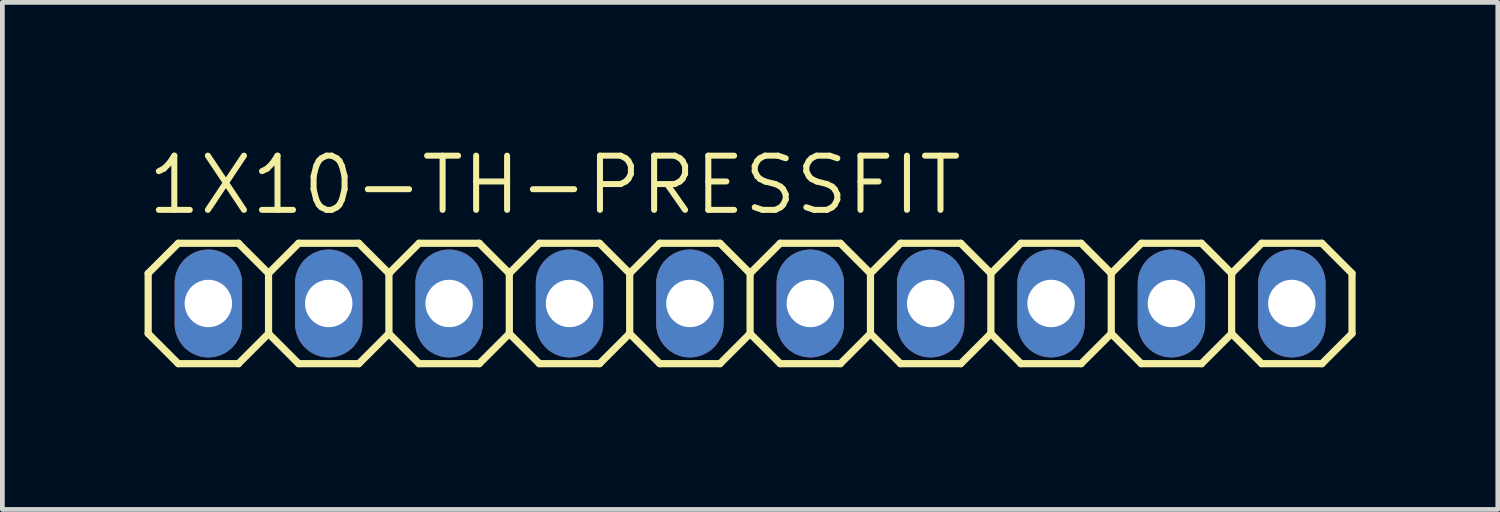
<source format=kicad_pcb>
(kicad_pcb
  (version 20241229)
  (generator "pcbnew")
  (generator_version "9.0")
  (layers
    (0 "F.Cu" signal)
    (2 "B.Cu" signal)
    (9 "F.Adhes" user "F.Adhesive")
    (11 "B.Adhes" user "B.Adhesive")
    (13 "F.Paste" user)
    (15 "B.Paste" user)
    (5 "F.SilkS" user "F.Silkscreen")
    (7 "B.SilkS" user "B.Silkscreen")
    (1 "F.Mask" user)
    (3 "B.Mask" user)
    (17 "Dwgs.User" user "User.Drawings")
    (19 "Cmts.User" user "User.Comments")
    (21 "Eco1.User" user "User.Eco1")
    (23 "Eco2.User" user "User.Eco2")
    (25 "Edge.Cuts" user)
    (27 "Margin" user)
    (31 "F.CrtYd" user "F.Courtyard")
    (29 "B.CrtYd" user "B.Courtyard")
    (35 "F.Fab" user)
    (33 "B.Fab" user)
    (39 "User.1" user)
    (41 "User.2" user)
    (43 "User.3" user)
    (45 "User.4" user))
  (footprint "1X10-TH-PRESSFIT"
    (layer "F.Cu")
    (at 12.776 3.353)
    (property "Reference" "1X10-TH-PRESSFIT" (at -12.776 -1.829 0) (unlocked yes) (layer "F.SilkS") (effects (font (size 1.143 1.143) (thickness 0.127)) (justify left bottom)))
    (fp_line (start -12.7 -0.635) (end -12.7 0.635) (stroke (width 0.152) (type solid)) (layer "F.SilkS"))
    (fp_line (start -12.7 0.635) (end -12.065 1.27) (stroke (width 0.152) (type solid)) (layer "F.SilkS"))
    (fp_line (start -12.065 -1.27) (end -12.7 -0.635) (stroke (width 0.152) (type solid)) (layer "F.SilkS"))
    (fp_line (start -12.065 -1.27) (end -10.795 -1.27) (stroke (width 0.152) (type solid)) (layer "F.SilkS"))
    (fp_line (start -10.795 -1.27) (end -10.16 -0.635) (stroke (width 0.152) (type solid)) (layer "F.SilkS"))
    (fp_line (start -10.795 1.27) (end -12.065 1.27) (stroke (width 0.152) (type solid)) (layer "F.SilkS"))
    (fp_line (start -10.16 -0.635) (end -10.16 0.635) (stroke (width 0.152) (type solid)) (layer "F.SilkS"))
    (fp_line (start -10.16 -0.635) (end -9.525 -1.27) (stroke (width 0.152) (type solid)) (layer "F.SilkS"))
    (fp_line (start -10.16 0.635) (end -10.795 1.27) (stroke (width 0.152) (type solid)) (layer "F.SilkS"))
    (fp_line (start -9.525 -1.27) (end -8.255 -1.27) (stroke (width 0.152) (type solid)) (layer "F.SilkS"))
    (fp_line (start -9.525 1.27) (end -10.16 0.635) (stroke (width 0.152) (type solid)) (layer "F.SilkS"))
    (fp_line (start -8.255 -1.27) (end -7.62 -0.635) (stroke (width 0.152) (type solid)) (layer "F.SilkS"))
    (fp_line (start -8.255 1.27) (end -9.525 1.27) (stroke (width 0.152) (type solid)) (layer "F.SilkS"))
    (fp_line (start -7.62 -0.635) (end -7.62 0.635) (stroke (width 0.152) (type solid)) (layer "F.SilkS"))
    (fp_line (start -7.62 -0.635) (end -6.985 -1.27) (stroke (width 0.152) (type solid)) (layer "F.SilkS"))
    (fp_line (start -7.62 0.635) (end -8.255 1.27) (stroke (width 0.152) (type solid)) (layer "F.SilkS"))
    (fp_line (start -6.985 -1.27) (end -5.715 -1.27) (stroke (width 0.152) (type solid)) (layer "F.SilkS"))
    (fp_line (start -6.985 1.27) (end -7.62 0.635) (stroke (width 0.152) (type solid)) (layer "F.SilkS"))
    (fp_line (start -5.715 -1.27) (end -5.08 -0.635) (stroke (width 0.152) (type solid)) (layer "F.SilkS"))
    (fp_line (start -5.715 1.27) (end -6.985 1.27) (stroke (width 0.152) (type solid)) (layer "F.SilkS"))
    (fp_line (start -5.08 -0.635) (end -5.08 0.635) (stroke (width 0.152) (type solid)) (layer "F.SilkS"))
    (fp_line (start -5.08 0.635) (end -5.715 1.27) (stroke (width 0.152) (type solid)) (layer "F.SilkS"))
    (fp_line (start -5.08 0.635) (end -4.445 1.27) (stroke (width 0.152) (type solid)) (layer "F.SilkS"))
    (fp_line (start -4.445 -1.27) (end -5.08 -0.635) (stroke (width 0.152) (type solid)) (layer "F.SilkS"))
    (fp_line (start -4.445 -1.27) (end -3.175 -1.27) (stroke (width 0.152) (type solid)) (layer "F.SilkS"))
    (fp_line (start -3.175 -1.27) (end -2.54 -0.635) (stroke (width 0.152) (type solid)) (layer "F.SilkS"))
    (fp_line (start -3.175 1.27) (end -4.445 1.27) (stroke (width 0.152) (type solid)) (layer "F.SilkS"))
    (fp_line (start -2.54 -0.635) (end -2.54 0.635) (stroke (width 0.152) (type solid)) (layer "F.SilkS"))
    (fp_line (start -2.54 -0.635) (end -1.905 -1.27) (stroke (width 0.152) (type solid)) (layer "F.SilkS"))
    (fp_line (start -2.54 0.635) (end -3.175 1.27) (stroke (width 0.152) (type solid)) (layer "F.SilkS"))
    (fp_line (start -1.905 -1.27) (end -0.635 -1.27) (stroke (width 0.152) (type solid)) (layer "F.SilkS"))
    (fp_line (start -1.905 1.27) (end -2.54 0.635) (stroke (width 0.152) (type solid)) (layer "F.SilkS"))
    (fp_line (start -0.635 -1.27) (end 0 -0.635) (stroke (width 0.152) (type solid)) (layer "F.SilkS"))
    (fp_line (start -0.635 1.27) (end -1.905 1.27) (stroke (width 0.152) (type solid)) (layer "F.SilkS"))
    (fp_line (start 0 -0.635) (end 0 0.635) (stroke (width 0.152) (type solid)) (layer "F.SilkS"))
    (fp_line (start 0 -0.635) (end 0.635 -1.27) (stroke (width 0.152) (type solid)) (layer "F.SilkS"))
    (fp_line (start 0 0.635) (end -0.635 1.27) (stroke (width 0.152) (type solid)) (layer "F.SilkS"))
    (fp_line (start 0.635 -1.27) (end 1.905 -1.27) (stroke (width 0.152) (type solid)) (layer "F.SilkS"))
    (fp_line (start 0.635 1.27) (end 0 0.635) (stroke (width 0.152) (type solid)) (layer "F.SilkS"))
    (fp_line (start 1.905 -1.27) (end 2.54 -0.635) (stroke (width 0.152) (type solid)) (layer "F.SilkS"))
    (fp_line (start 1.905 1.27) (end 0.635 1.27) (stroke (width 0.152) (type solid)) (layer "F.SilkS"))
    (fp_line (start 2.54 -0.635) (end 2.54 0.635) (stroke (width 0.152) (type solid)) (layer "F.SilkS"))
    (fp_line (start 2.54 0.635) (end 1.905 1.27) (stroke (width 0.152) (type solid)) (layer "F.SilkS"))
    (fp_line (start 2.54 0.635) (end 3.175 1.27) (stroke (width 0.152) (type solid)) (layer "F.SilkS"))
    (fp_line (start 3.175 -1.27) (end 2.54 -0.635) (stroke (width 0.152) (type solid)) (layer "F.SilkS"))
    (fp_line (start 3.175 -1.27) (end 4.445 -1.27) (stroke (width 0.152) (type solid)) (layer "F.SilkS"))
    (fp_line (start 4.445 -1.27) (end 5.08 -0.635) (stroke (width 0.152) (type solid)) (layer "F.SilkS"))
    (fp_line (start 4.445 1.27) (end 3.175 1.27) (stroke (width 0.152) (type solid)) (layer "F.SilkS"))
    (fp_line (start 5.08 -0.635) (end 5.08 0.635) (stroke (width 0.152) (type solid)) (layer "F.SilkS"))
    (fp_line (start 5.08 -0.635) (end 5.715 -1.27) (stroke (width 0.152) (type solid)) (layer "F.SilkS"))
    (fp_line (start 5.08 0.635) (end 4.445 1.27) (stroke (width 0.152) (type solid)) (layer "F.SilkS"))
    (fp_line (start 5.715 -1.27) (end 6.985 -1.27) (stroke (width 0.152) (type solid)) (layer "F.SilkS"))
    (fp_line (start 5.715 1.27) (end 5.08 0.635) (stroke (width 0.152) (type solid)) (layer "F.SilkS"))
    (fp_line (start 6.985 -1.27) (end 7.62 -0.635) (stroke (width 0.152) (type solid)) (layer "F.SilkS"))
    (fp_line (start 6.985 1.27) (end 5.715 1.27) (stroke (width 0.152) (type solid)) (layer "F.SilkS"))
    (fp_line (start 7.62 -0.635) (end 7.62 0.635) (stroke (width 0.152) (type solid)) (layer "F.SilkS"))
    (fp_line (start 7.62 -0.635) (end 8.255 -1.27) (stroke (width 0.152) (type solid)) (layer "F.SilkS"))
    (fp_line (start 7.62 0.635) (end 6.985 1.27) (stroke (width 0.152) (type solid)) (layer "F.SilkS"))
    (fp_line (start 8.255 -1.27) (end 9.525 -1.27) (stroke (width 0.152) (type solid)) (layer "F.SilkS"))
    (fp_line (start 8.255 1.27) (end 7.62 0.635) (stroke (width 0.152) (type solid)) (layer "F.SilkS"))
    (fp_line (start 9.525 -1.27) (end 10.16 -0.635) (stroke (width 0.152) (type solid)) (layer "F.SilkS"))
    (fp_line (start 9.525 1.27) (end 8.255 1.27) (stroke (width 0.152) (type solid)) (layer "F.SilkS"))
    (fp_line (start 10.16 -0.635) (end 10.16 0.635) (stroke (width 0.152) (type solid)) (layer "F.SilkS"))
    (fp_line (start 10.16 0.635) (end 9.525 1.27) (stroke (width 0.152) (type solid)) (layer "F.SilkS"))
    (fp_line (start 10.16 0.635) (end 10.795 1.27) (stroke (width 0.152) (type solid)) (layer "F.SilkS"))
    (fp_line (start 10.795 -1.27) (end 10.16 -0.635) (stroke (width 0.152) (type solid)) (layer "F.SilkS"))
    (fp_line (start 10.795 -1.27) (end 12.065 -1.27) (stroke (width 0.152) (type solid)) (layer "F.SilkS"))
    (fp_line (start 12.065 -1.27) (end 12.7 -0.635) (stroke (width 0.152) (type solid)) (layer "F.SilkS"))
    (fp_line (start 12.065 1.27) (end 10.795 1.27) (stroke (width 0.152) (type solid)) (layer "F.SilkS"))
    (fp_line (start 12.7 -0.635) (end 12.7 0.635) (stroke (width 0.152) (type solid)) (layer "F.SilkS"))
    (fp_line (start 12.7 0.635) (end 12.065 1.27) (stroke (width 0.152) (type solid)) (layer "F.SilkS"))
    (fp_poly (pts (xy -11.684 0.254) (xy -11.176 0.254) (xy -11.176 -0.254) (xy -11.684 -0.254)) (stroke (width 0.1) (type default)) (fill no) (layer "F.Fab"))
    (fp_poly (pts (xy -9.144 0.254) (xy -8.636 0.254) (xy -8.636 -0.254) (xy -9.144 -0.254)) (stroke (width 0.1) (type default)) (fill no) (layer "F.Fab"))
    (fp_poly (pts (xy -6.604 0.254) (xy -6.096 0.254) (xy -6.096 -0.254) (xy -6.604 -0.254)) (stroke (width 0.1) (type default)) (fill no) (layer "F.Fab"))
    (fp_poly (pts (xy -4.064 0.254) (xy -3.556 0.254) (xy -3.556 -0.254) (xy -4.064 -0.254)) (stroke (width 0.1) (type default)) (fill no) (layer "F.Fab"))
    (fp_poly (pts (xy -1.524 0.254) (xy -1.016 0.254) (xy -1.016 -0.254) (xy -1.524 -0.254)) (stroke (width 0.1) (type default)) (fill no) (layer "F.Fab"))
    (fp_poly (pts (xy 1.016 0.254) (xy 1.524 0.254) (xy 1.524 -0.254) (xy 1.016 -0.254)) (stroke (width 0.1) (type default)) (fill no) (layer "F.Fab"))
    (fp_poly (pts (xy 3.556 0.254) (xy 4.064 0.254) (xy 4.064 -0.254) (xy 3.556 -0.254)) (stroke (width 0.1) (type default)) (fill no) (layer "F.Fab"))
    (fp_poly (pts (xy 6.096 0.254) (xy 6.604 0.254) (xy 6.604 -0.254) (xy 6.096 -0.254)) (stroke (width 0.1) (type default)) (fill no) (layer "F.Fab"))
    (fp_poly (pts (xy 8.636 0.254) (xy 9.144 0.254) (xy 9.144 -0.254) (xy 8.636 -0.254)) (stroke (width 0.1) (type default)) (fill no) (layer "F.Fab"))
    (fp_poly (pts (xy 11.176 0.254) (xy 11.684 0.254) (xy 11.684 -0.254) (xy 11.176 -0.254)) (stroke (width 0.1) (type default)) (fill no) (layer "F.Fab"))
    (pad "1" thru_hole oval (at -11.43 0 90) (size 2.276 1.422) (drill 1) (layers "*.Cu" "*.Mask"))
    (pad "2" thru_hole oval (at -8.89 0 90) (size 2.276 1.422) (drill 1) (layers "*.Cu" "*.Mask"))
    (pad "3" thru_hole oval (at -6.35 0 90) (size 2.276 1.422) (drill 1) (layers "*.Cu" "*.Mask"))
    (pad "4" thru_hole oval (at -3.81 0 90) (size 2.276 1.422) (drill 1) (layers "*.Cu" "*.Mask"))
    (pad "5" thru_hole oval (at -1.27 0 90) (size 2.276 1.422) (drill 1) (layers "*.Cu" "*.Mask"))
    (pad "6" thru_hole oval (at 1.27 0 90) (size 2.276 1.422) (drill 1) (layers "*.Cu" "*.Mask"))
    (pad "7" thru_hole oval (at 3.81 0 90) (size 2.276 1.422) (drill 1) (layers "*.Cu" "*.Mask"))
    (pad "8" thru_hole oval (at 6.35 0 90) (size 2.276 1.422) (drill 1) (layers "*.Cu" "*.Mask"))
    (pad "9" thru_hole oval (at 8.89 0 90) (size 2.276 1.422) (drill 1) (layers "*.Cu" "*.Mask"))
    (pad "10" thru_hole oval (at 11.43 0 90) (size 2.276 1.422) (drill 1) (layers "*.Cu" "*.Mask")))
  (gr_rect
    (start -3 -3)
    (end 28.552 7.699)
    (stroke (width 0.1) (type default))
    (fill no)
    (layer "Edge.Cuts")))
</source>
